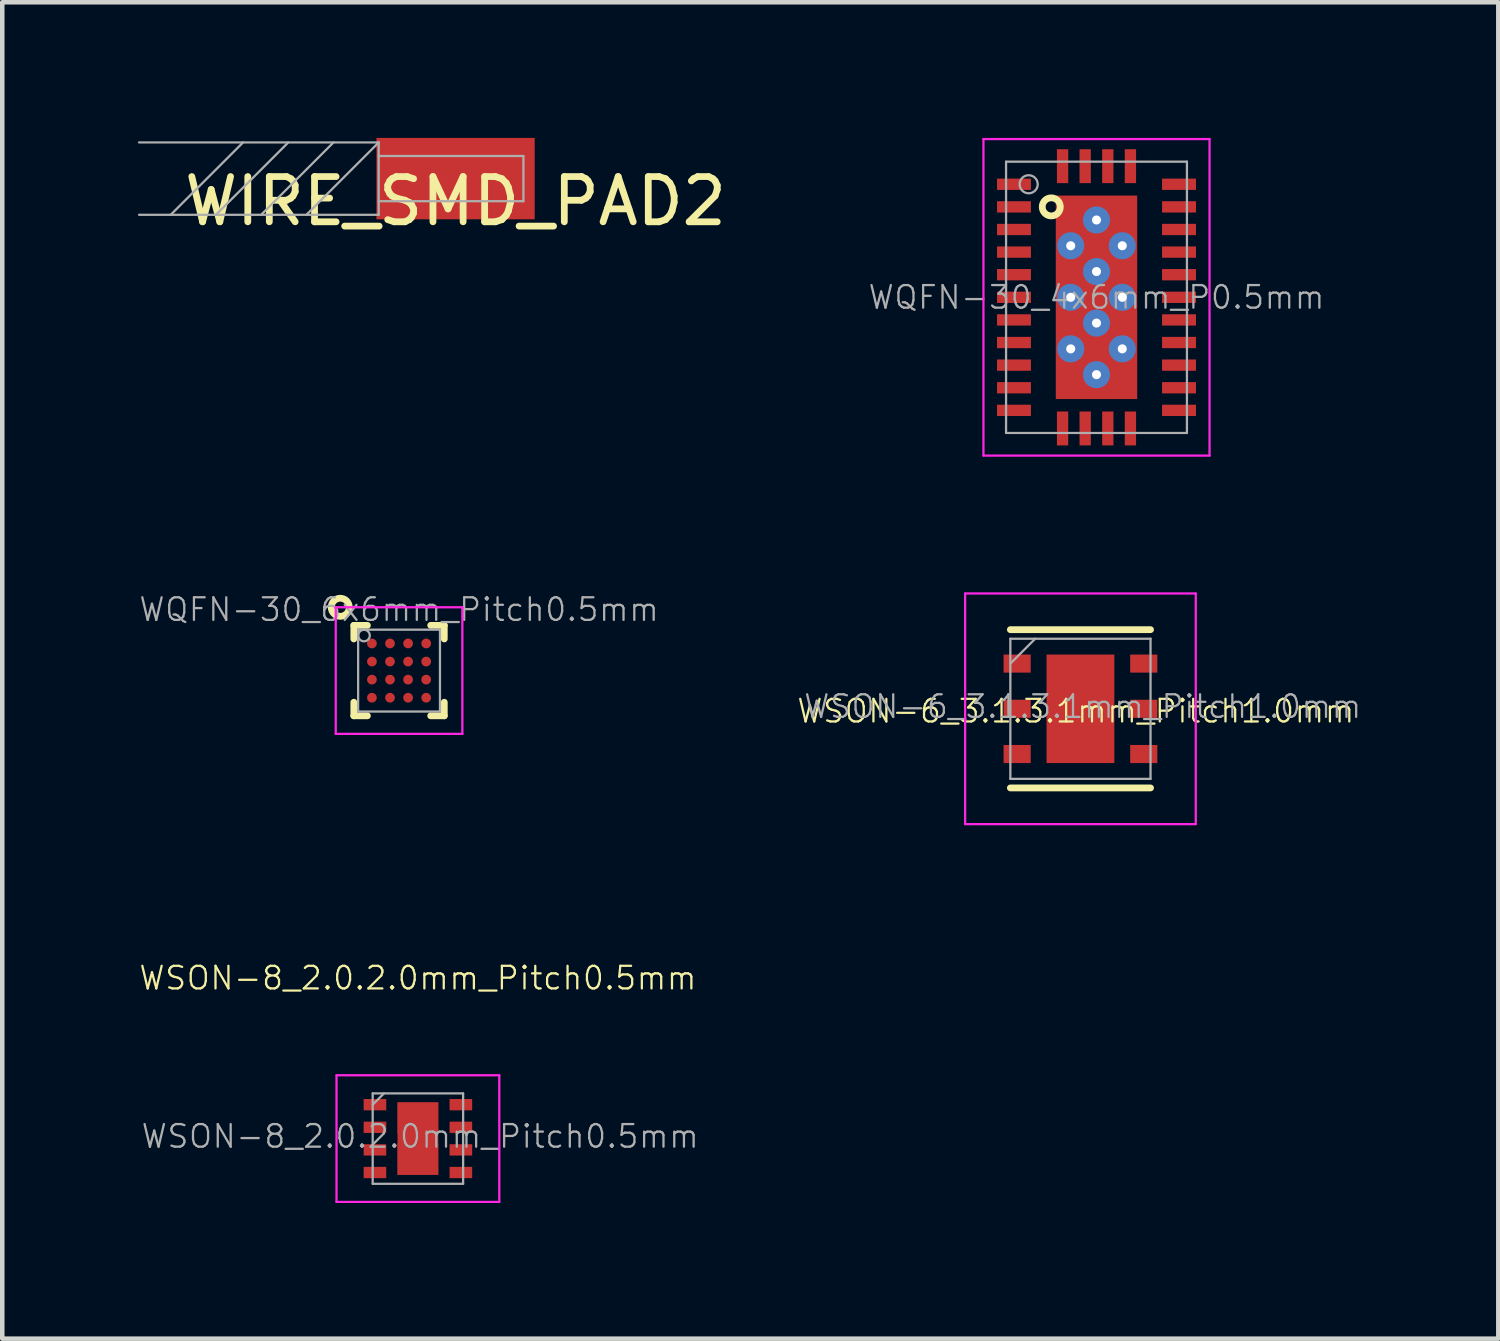
<source format=kicad_pcb>
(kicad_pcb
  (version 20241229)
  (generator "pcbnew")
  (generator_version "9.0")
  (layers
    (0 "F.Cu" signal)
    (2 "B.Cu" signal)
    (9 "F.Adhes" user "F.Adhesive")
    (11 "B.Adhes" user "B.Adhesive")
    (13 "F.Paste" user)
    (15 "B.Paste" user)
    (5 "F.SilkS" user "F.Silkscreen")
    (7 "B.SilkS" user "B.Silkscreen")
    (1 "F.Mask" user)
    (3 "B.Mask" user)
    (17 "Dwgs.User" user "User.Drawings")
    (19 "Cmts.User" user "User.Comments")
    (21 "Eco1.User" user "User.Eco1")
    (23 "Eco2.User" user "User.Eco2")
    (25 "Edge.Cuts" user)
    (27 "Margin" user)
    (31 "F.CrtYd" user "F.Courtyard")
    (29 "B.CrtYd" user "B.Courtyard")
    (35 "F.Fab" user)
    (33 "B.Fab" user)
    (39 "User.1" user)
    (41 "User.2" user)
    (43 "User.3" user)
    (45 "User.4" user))
  (footprint "WIRE_SMD_PAD2"
    (layer "F.Cu")
    (at 7.025 0.9)
    (property "Reference" "WIRE_SMD_PAD2" (at 0 0.5 0) (layer "F.SilkS") (effects (font (size 1 1) (thickness 0.15))))
    (attr through_hole)
    (fp_line (start -6.3 0.8) (end -4.7 -0.8) (stroke (width 0.05) (type solid)) (layer "F.Fab"))
    (fp_line (start -5.3 0.8) (end -3.7 -0.8) (stroke (width 0.05) (type solid)) (layer "F.Fab"))
    (fp_line (start -4.3 0.8) (end -2.7 -0.8) (stroke (width 0.05) (type solid)) (layer "F.Fab"))
    (fp_line (start -3.3 0.8) (end -1.7 -0.8) (stroke (width 0.05) (type solid)) (layer "F.Fab"))
    (fp_line (start -1.7 -0.8) (end -7 -0.8) (stroke (width 0.05) (type solid)) (layer "F.Fab"))
    (fp_line (start -1.7 0.8) (end -7 0.8) (stroke (width 0.05) (type solid)) (layer "F.Fab"))
    (fp_line (start -1.7 0.8) (end -1.7 -0.8) (stroke (width 0.05) (type solid)) (layer "F.Fab"))
    (fp_line (start 1.5 -0.5) (end -1.7 -0.5) (stroke (width 0.05) (type solid)) (layer "F.Fab"))
    (fp_line (start 1.5 -0.5) (end 1.5 0.5) (stroke (width 0.05) (type solid)) (layer "F.Fab"))
    (fp_line (start 1.5 0.5) (end -1.7 0.5) (stroke (width 0.05) (type solid)) (layer "F.Fab"))
    (pad "1" smd rect (at 0 0) (size 3.5 1.8) (layers "F.Cu" "F.Mask")))
  (footprint "WSON-6_3.1.3.1mm_Pitch1.0mm"
    (layer "F.Cu")
    (at 20.844 12.625)
    (property "Reference" "WSON-6_3.1.3.1mm_Pitch1.0mm" (at -0.102 0.051 0) (layer "F.SilkS") (effects (font (size 0.5 0.5) (thickness 0.05))))
    (attr smd)
    (fp_line (start -1.55 -1.75) (end 1.55 -1.75) (stroke (width 0.15) (type solid)) (layer "F.SilkS"))
    (fp_line (start -1.55 1.75) (end 1.55 1.75) (stroke (width 0.15) (type solid)) (layer "F.SilkS"))
    (fp_line (start -2.55 -2.55) (end -2.55 2.55) (stroke (width 0.05) (type solid)) (layer "F.CrtYd"))
    (fp_line (start -2.55 -2.55) (end 2.55 -2.55) (stroke (width 0.05) (type solid)) (layer "F.CrtYd"))
    (fp_line (start -2.55 2.55) (end 2.55 2.55) (stroke (width 0.05) (type solid)) (layer "F.CrtYd"))
    (fp_line (start 2.55 -2.55) (end 2.55 2.55) (stroke (width 0.05) (type solid)) (layer "F.CrtYd"))
    (fp_line (start -1.55 -1.55) (end 1.55 -1.55) (stroke (width 0.05) (type solid)) (layer "F.Fab"))
    (fp_line (start -1.55 -1) (end -1 -1.55) (stroke (width 0.05) (type solid)) (layer "F.Fab"))
    (fp_line (start -1.55 1.55) (end -1.55 -1.55) (stroke (width 0.05) (type solid)) (layer "F.Fab"))
    (fp_line (start 1.55 -1.55) (end 1.55 1.55) (stroke (width 0.05) (type solid)) (layer "F.Fab"))
    (fp_line (start 1.55 1.55) (end -1.55 1.55) (stroke (width 0.05) (type solid)) (layer "F.Fab"))
    (fp_text user "${REFERENCE}" (at 0.05 -0.05 0) (layer "F.Fab") (effects (font (size 0.5 0.5) (thickness 0.05))))
    (pad "1" smd rect (at -1.4 -1) (size 0.6 0.4) (layers "F.Cu" "F.Mask" "F.Paste"))
    (pad "2" smd rect (at -1.4 0) (size 0.6 0.4) (layers "F.Cu" "F.Mask" "F.Paste"))
    (pad "3" smd rect (at -1.4 1) (size 0.6 0.4) (layers "F.Cu" "F.Mask" "F.Paste"))
    (pad "4" smd rect (at 1.4 1) (size 0.6 0.4) (layers "F.Cu" "F.Mask" "F.Paste"))
    (pad "5" smd rect (at 1.4 0) (size 0.6 0.4) (layers "F.Cu" "F.Mask" "F.Paste"))
    (pad "6" smd rect (at 1.4 -1) (size 0.6 0.4) (layers "F.Cu" "F.Mask" "F.Paste"))
    (pad "7" smd rect (at 0 -0.65) (size 1.2 0.8) (layers "F.Cu" "F.Paste"))
    (pad "7" smd rect (at 0 0) (size 1.5 2.4) (layers "F.Cu" "F.Mask"))
    (pad "7" smd rect (at 0 0.65) (size 1.2 0.8) (layers "F.Cu" "F.Paste")))
  (footprint "WQFN-30_6x6mm_Pitch0.5mm"
    (layer "F.Cu")
    (at 5.775 11.78)
    (property "Reference" "WQFN-30_6x6mm_Pitch0.5mm" (at 0 -1.35 0) (layer "F.Fab") (effects (font (size 0.5 0.5) (thickness 0.05))))
    (attr smd)
    (fp_line (start -1 -1) (end -1 -0.7) (stroke (width 0.15) (type solid)) (layer "F.SilkS"))
    (fp_line (start -1 -1) (end -0.7 -1) (stroke (width 0.15) (type solid)) (layer "F.SilkS"))
    (fp_line (start -1 1) (end -1 0.7) (stroke (width 0.15) (type solid)) (layer "F.SilkS"))
    (fp_line (start -0.7 1) (end -1 1) (stroke (width 0.15) (type solid)) (layer "F.SilkS"))
    (fp_line (start 0.7 -1) (end 1 -1) (stroke (width 0.15) (type solid)) (layer "F.SilkS"))
    (fp_line (start 1 -1) (end 1 -0.7) (stroke (width 0.15) (type solid)) (layer "F.SilkS"))
    (fp_line (start 1 0.7) (end 1 1) (stroke (width 0.15) (type solid)) (layer "F.SilkS"))
    (fp_line (start 1 1) (end 0.7 1) (stroke (width 0.15) (type solid)) (layer "F.SilkS"))
    (fp_circle (center -1.3 -1.4) (end -1.3 -1.2) (stroke (width 0.15) (type solid)) (fill no) (layer "F.SilkS"))
    (fp_line (start -1.4 -1.4) (end 1.4 -1.4) (stroke (width 0.05) (type solid)) (layer "F.CrtYd"))
    (fp_line (start -1.4 1.4) (end -1.4 -1.4) (stroke (width 0.05) (type solid)) (layer "F.CrtYd"))
    (fp_line (start 1.4 -1.4) (end 1.4 1.4) (stroke (width 0.05) (type solid)) (layer "F.CrtYd"))
    (fp_line (start 1.4 1.4) (end -1.4 1.4) (stroke (width 0.05) (type solid)) (layer "F.CrtYd"))
    (fp_line (start -0.905 -0.905) (end -0.905 0.905) (stroke (width 0.05) (type solid)) (layer "F.Fab"))
    (fp_line (start -0.905 -0.905) (end 0.905 -0.905) (stroke (width 0.05) (type solid)) (layer "F.Fab"))
    (fp_line (start -0.905 0.905) (end 0.905 0.905) (stroke (width 0.05) (type solid)) (layer "F.Fab"))
    (fp_line (start 0.905 -0.905) (end 0.905 0.905) (stroke (width 0.05) (type solid)) (layer "F.Fab"))
    (fp_circle (center -0.775 -0.775) (end -0.8 -0.65) (stroke (width 0.05) (type solid)) (fill no) (layer "F.Fab"))
    (pad "A1" smd circle (at -0.6 -0.6) (size 0.215 0.215) (layers "F.Cu" "F.Mask" "F.Paste"))
    (pad "A2" smd circle (at -0.2 -0.6 90) (size 0.215 0.215) (layers "F.Cu" "F.Mask" "F.Paste"))
    (pad "A3" smd circle (at 0.2 -0.6) (size 0.215 0.215) (layers "F.Cu" "F.Mask" "F.Paste"))
    (pad "A4" smd circle (at 0.6 -0.6) (size 0.215 0.215) (layers "F.Cu" "F.Mask" "F.Paste"))
    (pad "B1" smd circle (at -0.6 -0.2) (size 0.215 0.215) (layers "F.Cu" "F.Mask" "F.Paste"))
    (pad "B2" smd circle (at -0.2 -0.2) (size 0.215 0.215) (layers "F.Cu" "F.Mask" "F.Paste"))
    (pad "B3" smd circle (at 0.2 -0.2) (size 0.215 0.215) (layers "F.Cu" "F.Mask" "F.Paste"))
    (pad "B4" smd circle (at 0.6 -0.2) (size 0.215 0.215) (layers "F.Cu" "F.Mask" "F.Paste"))
    (pad "C1" smd circle (at -0.6 0.2) (size 0.215 0.215) (layers "F.Cu" "F.Mask" "F.Paste"))
    (pad "C2" smd circle (at -0.2 0.2) (size 0.215 0.215) (layers "F.Cu" "F.Mask" "F.Paste"))
    (pad "C3" smd circle (at 0.2 0.2) (size 0.215 0.215) (layers "F.Cu" "F.Mask" "F.Paste"))
    (pad "C4" smd circle (at 0.6 0.2) (size 0.215 0.215) (layers "F.Cu" "F.Mask" "F.Paste"))
    (pad "D1" smd circle (at -0.6 0.6) (size 0.215 0.215) (layers "F.Cu" "F.Mask" "F.Paste"))
    (pad "D2" smd circle (at -0.2 0.6) (size 0.215 0.215) (layers "F.Cu" "F.Mask" "F.Paste"))
    (pad "D3" smd circle (at 0.2 0.6) (size 0.215 0.215) (layers "F.Cu" "F.Mask" "F.Paste"))
    (pad "D4" smd circle (at 0.6 0.6) (size 0.215 0.215) (layers "F.Cu" "F.Mask" "F.Paste")))
  (footprint "WSON-8_2.0.2.0mm_Pitch0.5mm"
    (layer "F.Cu")
    (at 6.192 22.13)
    (property "Reference" "WSON-8_2.0.2.0mm_Pitch0.5mm" (at 0 -3.55 0) (layer "F.SilkS") (effects (font (size 0.5 0.5) (thickness 0.05))))
    (attr smd)
    (fp_line (start -1.8 -1.4) (end -1.8 1.4) (stroke (width 0.05) (type solid)) (layer "F.CrtYd"))
    (fp_line (start -1.8 -1.4) (end 1.8 -1.4) (stroke (width 0.05) (type solid)) (layer "F.CrtYd"))
    (fp_line (start -1.8 1.4) (end 1.8 1.4) (stroke (width 0.05) (type solid)) (layer "F.CrtYd"))
    (fp_line (start 1.8 -1.4) (end 1.8 1.4) (stroke (width 0.05) (type solid)) (layer "F.CrtYd"))
    (fp_line (start -1 -1) (end 1 -1) (stroke (width 0.05) (type solid)) (layer "F.Fab"))
    (fp_line (start -1 -0.75) (end -0.75 -1) (stroke (width 0.05) (type solid)) (layer "F.Fab"))
    (fp_line (start -1 1) (end -1 -1) (stroke (width 0.05) (type solid)) (layer "F.Fab"))
    (fp_line (start 1 -1) (end 1 1) (stroke (width 0.05) (type solid)) (layer "F.Fab"))
    (fp_line (start 1 1) (end -1 1) (stroke (width 0.05) (type solid)) (layer "F.Fab"))
    (fp_text user "${REFERENCE}" (at 0.05 -0.05 0) (layer "F.Fab") (effects (font (size 0.5 0.5) (thickness 0.05))))
    (pad "1" smd rect (at -0.95 -0.75) (size 0.5 0.25) (layers "F.Cu" "F.Mask" "F.Paste"))
    (pad "2" smd rect (at -0.95 -0.25) (size 0.5 0.25) (layers "F.Cu" "F.Mask" "F.Paste"))
    (pad "3" smd rect (at -0.95 0.25) (size 0.5 0.25) (layers "F.Cu" "F.Mask" "F.Paste"))
    (pad "4" smd rect (at -0.95 0.75) (size 0.5 0.25) (layers "F.Cu" "F.Mask" "F.Paste"))
    (pad "5" smd rect (at 0.95 0.75) (size 0.5 0.25) (layers "F.Cu" "F.Mask" "F.Paste"))
    (pad "6" smd rect (at 0.95 0.25) (size 0.5 0.25) (layers "F.Cu" "F.Mask" "F.Paste"))
    (pad "7" smd rect (at 0.95 -0.25) (size 0.5 0.25) (layers "F.Cu" "F.Mask" "F.Paste"))
    (pad "8" smd rect (at 0.95 -0.75) (size 0.5 0.25) (layers "F.Cu" "F.Mask" "F.Paste"))
    (pad "9" smd rect (at 0 -0.45) (size 0.9 0.7) (layers "F.Cu" "F.Paste"))
    (pad "9" smd rect (at 0 0) (size 0.9 1.6) (layers "F.Cu" "F.Mask"))
    (pad "9" smd rect (at 0 0.45) (size 0.9 0.7) (layers "F.Cu" "F.Paste")))
  (footprint "WQFN-30_4x6mm_P0.5mm"
    (layer "F.Cu")
    (at 21.199 3.525)
    (property "Reference" "WQFN-30_4x6mm_P0.5mm" (at 0 0 0) (layer "F.Fab") (effects (font (size 0.5 0.5) (thickness 0.05))))
    (attr smd)
    (fp_circle (center -1 -2) (end -1 -1.8) (stroke (width 0.15) (type solid)) (fill no) (layer "F.SilkS"))
    (fp_line (start -2.5 -3.5) (end 2.5 -3.5) (stroke (width 0.05) (type solid)) (layer "F.CrtYd"))
    (fp_line (start -2.5 3.5) (end -2.5 -3.5) (stroke (width 0.05) (type solid)) (layer "F.CrtYd"))
    (fp_line (start 2.5 -3.5) (end 2.5 3.5) (stroke (width 0.05) (type solid)) (layer "F.CrtYd"))
    (fp_line (start 2.5 3.5) (end -2.5 3.5) (stroke (width 0.05) (type solid)) (layer "F.CrtYd"))
    (fp_line (start -2 -3) (end -2 3) (stroke (width 0.05) (type solid)) (layer "F.Fab"))
    (fp_line (start -2 -3) (end 2 -3) (stroke (width 0.05) (type solid)) (layer "F.Fab"))
    (fp_line (start -2 3) (end 2 3) (stroke (width 0.05) (type solid)) (layer "F.Fab"))
    (fp_line (start 2 -3) (end 2 3) (stroke (width 0.05) (type solid)) (layer "F.Fab"))
    (fp_circle (center -1.5 -2.5) (end -1.5 -2.3) (stroke (width 0.05) (type solid)) (fill no) (layer "F.Fab"))
    (pad "" smd rect (at -0.5 -1.71) (size 0.8 0.94) (layers "F.Paste"))
    (pad "" smd rect (at -0.5 -0.57) (size 0.8 0.94) (layers "F.Paste"))
    (pad "" smd rect (at -0.5 0.57) (size 0.8 0.94) (layers "F.Paste"))
    (pad "" smd rect (at -0.5 1.71) (size 0.8 0.94) (layers "F.Paste"))
    (pad "" smd rect (at 0.5 -1.71) (size 0.8 0.94) (layers "F.Paste"))
    (pad "" smd rect (at 0.5 -0.57) (size 0.8 0.94) (layers "F.Paste"))
    (pad "" smd rect (at 0.5 0.57) (size 0.8 0.94) (layers "F.Paste"))
    (pad "" smd rect (at 0.5 1.71) (size 0.8 0.94) (layers "F.Paste"))
    (pad "1" smd rect (at -1.825 -2.5) (size 0.75 0.25) (layers "F.Cu" "F.Mask" "F.Paste"))
    (pad "2" smd rect (at -1.825 -2) (size 0.75 0.25) (layers "F.Cu" "F.Mask" "F.Paste"))
    (pad "3" smd rect (at -1.825 -1.5) (size 0.75 0.25) (layers "F.Cu" "F.Mask" "F.Paste"))
    (pad "4" smd rect (at -1.825 -1) (size 0.75 0.25) (layers "F.Cu" "F.Mask" "F.Paste"))
    (pad "5" smd rect (at -1.825 -0.5) (size 0.75 0.25) (layers "F.Cu" "F.Mask" "F.Paste"))
    (pad "6" smd rect (at -1.825 0) (size 0.75 0.25) (layers "F.Cu" "F.Mask" "F.Paste"))
    (pad "7" smd rect (at -1.825 0.5) (size 0.75 0.25) (layers "F.Cu" "F.Mask" "F.Paste"))
    (pad "8" smd rect (at -1.825 1) (size 0.75 0.25) (layers "F.Cu" "F.Mask" "F.Paste"))
    (pad "9" smd rect (at -1.825 1.5) (size 0.75 0.25) (layers "F.Cu" "F.Mask" "F.Paste"))
    (pad "10" smd rect (at -1.825 2) (size 0.75 0.25) (layers "F.Cu" "F.Mask" "F.Paste"))
    (pad "11" smd rect (at -1.825 2.5) (size 0.75 0.25) (layers "F.Cu" "F.Mask" "F.Paste"))
    (pad "12" smd rect (at -0.75 2.9 90) (size 0.75 0.25) (layers "F.Cu" "F.Mask" "F.Paste"))
    (pad "13" smd rect (at -0.25 2.9 90) (size 0.75 0.25) (layers "F.Cu" "F.Mask" "F.Paste"))
    (pad "14" smd rect (at 0.25 2.9 90) (size 0.75 0.25) (layers "F.Cu" "F.Mask" "F.Paste"))
    (pad "15" smd rect (at 0.75 2.9 90) (size 0.75 0.25) (layers "F.Cu" "F.Mask" "F.Paste"))
    (pad "16" smd rect (at 1.825 2.5) (size 0.75 0.25) (layers "F.Cu" "F.Mask" "F.Paste"))
    (pad "17" smd rect (at 1.825 2) (size 0.75 0.25) (layers "F.Cu" "F.Mask" "F.Paste"))
    (pad "18" smd rect (at 1.825 1.5) (size 0.75 0.25) (layers "F.Cu" "F.Mask" "F.Paste"))
    (pad "19" smd rect (at 1.825 1) (size 0.75 0.25) (layers "F.Cu" "F.Mask" "F.Paste"))
    (pad "20" smd rect (at 1.825 0.5) (size 0.75 0.25) (layers "F.Cu" "F.Mask" "F.Paste"))
    (pad "21" smd rect (at 1.825 0) (size 0.75 0.25) (layers "F.Cu" "F.Mask" "F.Paste"))
    (pad "22" smd rect (at 1.825 -0.5) (size 0.75 0.25) (layers "F.Cu" "F.Mask" "F.Paste"))
    (pad "23" smd rect (at 1.825 -1) (size 0.75 0.25) (layers "F.Cu" "F.Mask" "F.Paste"))
    (pad "24" smd rect (at 1.825 -1.5) (size 0.75 0.25) (layers "F.Cu" "F.Mask" "F.Paste"))
    (pad "25" smd rect (at 1.825 -2) (size 0.75 0.25) (layers "F.Cu" "F.Mask" "F.Paste"))
    (pad "26" smd rect (at 1.825 -2.5) (size 0.75 0.25) (layers "F.Cu" "F.Mask" "F.Paste"))
    (pad "27" smd rect (at 0.75 -2.9 90) (size 0.75 0.25) (layers "F.Cu" "F.Mask" "F.Paste"))
    (pad "28" smd rect (at 0.25 -2.9 90) (size 0.75 0.25) (layers "F.Cu" "F.Mask" "F.Paste"))
    (pad "29" smd rect (at -0.25 -2.9 90) (size 0.75 0.25) (layers "F.Cu" "F.Mask" "F.Paste"))
    (pad "30" smd rect (at -0.75 -2.9 90) (size 0.75 0.25) (layers "F.Cu" "F.Mask" "F.Paste"))
    (pad "31" thru_hole circle (at -0.57 -1.14) (size 0.6 0.6) (drill 0.2) (layers "*.Cu"))
    (pad "31" thru_hole circle (at -0.57 0) (size 0.6 0.6) (drill 0.2) (layers "*.Cu"))
    (pad "31" thru_hole circle (at -0.57 1.14) (size 0.6 0.6) (drill 0.2) (layers "*.Cu"))
    (pad "31" thru_hole circle (at 0 -1.71) (size 0.6 0.6) (drill 0.2) (layers "*.Cu"))
    (pad "31" thru_hole circle (at 0 -0.57) (size 0.6 0.6) (drill 0.2) (layers "*.Cu"))
    (pad "31" smd rect (at 0 0) (size 1.8 4.5) (layers "F.Cu" "F.Mask"))
    (pad "31" thru_hole circle (at 0 0.57) (size 0.6 0.6) (drill 0.2) (layers "*.Cu"))
    (pad "31" thru_hole circle (at 0 1.71) (size 0.6 0.6) (drill 0.2) (layers "*.Cu"))
    (pad "31" thru_hole circle (at 0.57 -1.14) (size 0.6 0.6) (drill 0.2) (layers "*.Cu"))
    (pad "31" thru_hole circle (at 0.57 0) (size 0.6 0.6) (drill 0.2) (layers "*.Cu"))
    (pad "31" thru_hole circle (at 0.57 1.14) (size 0.6 0.6) (drill 0.2) (layers "*.Cu")))
  (gr_rect
    (start -3 -3)
    (end 30.085 26.555)
    (stroke (width 0.1) (type default))
    (fill no)
    (layer "Edge.Cuts")))
</source>
